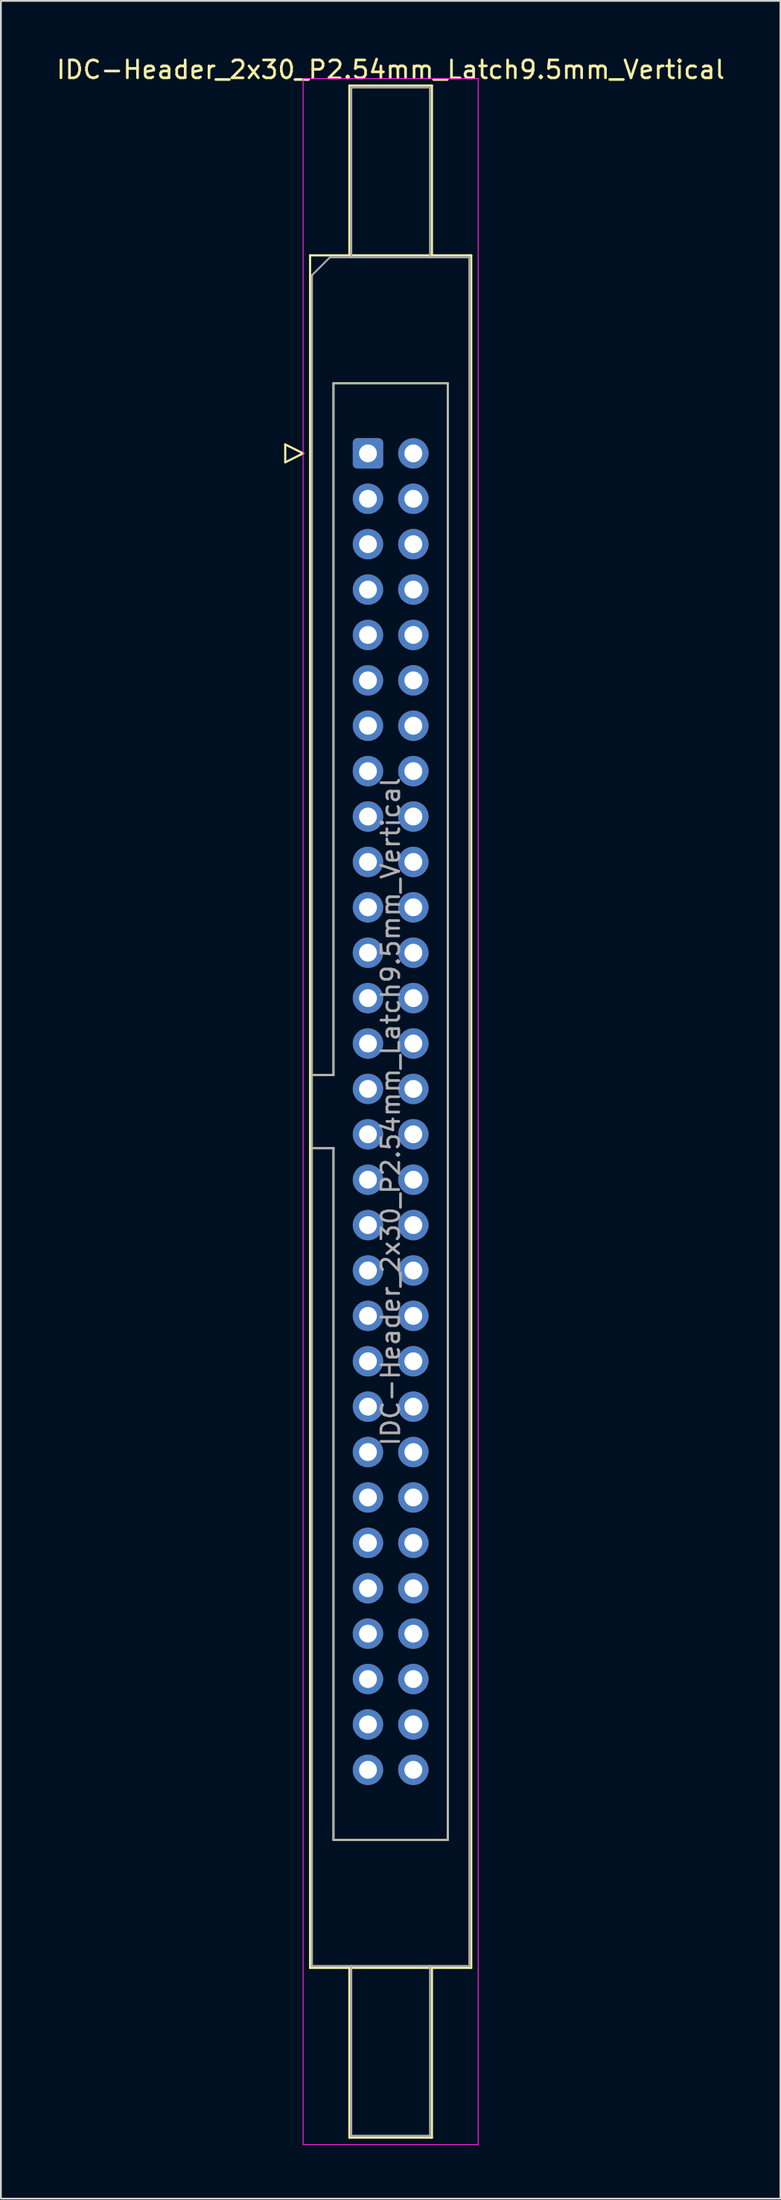
<source format=kicad_pcb>
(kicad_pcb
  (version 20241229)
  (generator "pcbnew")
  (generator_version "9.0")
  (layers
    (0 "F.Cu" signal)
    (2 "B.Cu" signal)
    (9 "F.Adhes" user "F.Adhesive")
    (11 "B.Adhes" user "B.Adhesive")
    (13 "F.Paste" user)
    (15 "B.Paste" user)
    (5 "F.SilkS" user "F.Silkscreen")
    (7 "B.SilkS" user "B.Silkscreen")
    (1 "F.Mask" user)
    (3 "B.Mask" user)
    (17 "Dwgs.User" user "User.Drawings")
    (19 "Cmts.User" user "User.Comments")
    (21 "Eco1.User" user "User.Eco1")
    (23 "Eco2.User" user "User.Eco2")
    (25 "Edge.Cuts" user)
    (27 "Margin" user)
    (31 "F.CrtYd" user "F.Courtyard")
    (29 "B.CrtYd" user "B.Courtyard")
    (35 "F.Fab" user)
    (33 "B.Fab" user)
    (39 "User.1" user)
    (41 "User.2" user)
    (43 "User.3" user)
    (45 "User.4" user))
  (footprint "IDC-Header_2x30_P2.54mm_Latch9.5mm_Vertical"
    (layer "F.Cu")
    (at 17.545 22.318)
    (property "Reference" "IDC-Header_2x30_P2.54mm_Latch9.5mm_Vertical" (at 1.27 -21.47 0) (layer "F.SilkS") (effects (font (size 1 1) (thickness 0.15))))
    (attr through_hole)
    (fp_line (start -4.63 -0.5) (end -4.63 0.5) (stroke (width 0.12) (type solid)) (layer "F.SilkS"))
    (fp_line (start -4.63 0.5) (end -3.63 0) (stroke (width 0.12) (type solid)) (layer "F.SilkS"))
    (fp_line (start -3.63 0) (end -4.63 -0.5) (stroke (width 0.12) (type solid)) (layer "F.SilkS"))
    (fp_line (start -3.24 -11.08) (end 5.78 -11.08) (stroke (width 0.12) (type solid)) (layer "F.SilkS"))
    (fp_line (start -3.24 34.78) (end -1.93 34.78) (stroke (width 0.12) (type solid)) (layer "F.SilkS"))
    (fp_line (start -3.24 84.74) (end -3.24 -11.08) (stroke (width 0.12) (type solid)) (layer "F.SilkS"))
    (fp_line (start -1.93 -3.92) (end 4.47 -3.92) (stroke (width 0.12) (type solid)) (layer "F.SilkS"))
    (fp_line (start -1.93 34.78) (end -1.93 -3.92) (stroke (width 0.12) (type solid)) (layer "F.SilkS"))
    (fp_line (start -1.93 38.88) (end -3.24 38.88) (stroke (width 0.12) (type solid)) (layer "F.SilkS"))
    (fp_line (start -1.93 38.88) (end -1.93 38.88) (stroke (width 0.12) (type solid)) (layer "F.SilkS"))
    (fp_line (start -1.93 77.58) (end -1.93 38.88) (stroke (width 0.12) (type solid)) (layer "F.SilkS"))
    (fp_line (start -1.04 -20.58) (end 3.58 -20.58) (stroke (width 0.12) (type solid)) (layer "F.SilkS"))
    (fp_line (start -1.04 -11.08) (end -1.04 -20.58) (stroke (width 0.12) (type solid)) (layer "F.SilkS"))
    (fp_line (start -1.04 84.74) (end -1.04 94.24) (stroke (width 0.12) (type solid)) (layer "F.SilkS"))
    (fp_line (start -1.04 94.24) (end 3.58 94.24) (stroke (width 0.12) (type solid)) (layer "F.SilkS"))
    (fp_line (start 3.58 -20.58) (end 3.58 -11.08) (stroke (width 0.12) (type solid)) (layer "F.SilkS"))
    (fp_line (start 3.58 94.24) (end 3.58 84.74) (stroke (width 0.12) (type solid)) (layer "F.SilkS"))
    (fp_line (start 4.47 -3.92) (end 4.47 77.58) (stroke (width 0.12) (type solid)) (layer "F.SilkS"))
    (fp_line (start 4.47 77.58) (end -1.93 77.58) (stroke (width 0.12) (type solid)) (layer "F.SilkS"))
    (fp_line (start 5.78 -11.08) (end 5.78 84.74) (stroke (width 0.12) (type solid)) (layer "F.SilkS"))
    (fp_line (start 5.78 84.74) (end -3.24 84.74) (stroke (width 0.12) (type solid)) (layer "F.SilkS"))
    (fp_line (start -3.63 -20.97) (end -3.63 94.63) (stroke (width 0.05) (type solid)) (layer "F.CrtYd"))
    (fp_line (start -3.63 94.63) (end 6.17 94.63) (stroke (width 0.05) (type solid)) (layer "F.CrtYd"))
    (fp_line (start 6.17 -20.97) (end -3.63 -20.97) (stroke (width 0.05) (type solid)) (layer "F.CrtYd"))
    (fp_line (start 6.17 94.63) (end 6.17 -20.97) (stroke (width 0.05) (type solid)) (layer "F.CrtYd"))
    (fp_line (start -3.13 -9.97) (end -2.13 -10.97) (stroke (width 0.1) (type solid)) (layer "F.Fab"))
    (fp_line (start -3.13 34.78) (end -1.93 34.78) (stroke (width 0.1) (type solid)) (layer "F.Fab"))
    (fp_line (start -3.13 84.63) (end -3.13 -9.97) (stroke (width 0.1) (type solid)) (layer "F.Fab"))
    (fp_line (start -2.13 -10.97) (end 5.67 -10.97) (stroke (width 0.1) (type solid)) (layer "F.Fab"))
    (fp_line (start -1.93 -3.92) (end 4.47 -3.92) (stroke (width 0.1) (type solid)) (layer "F.Fab"))
    (fp_line (start -1.93 34.78) (end -1.93 -3.92) (stroke (width 0.1) (type solid)) (layer "F.Fab"))
    (fp_line (start -1.93 38.88) (end -3.13 38.88) (stroke (width 0.1) (type solid)) (layer "F.Fab"))
    (fp_line (start -1.93 38.88) (end -1.93 38.88) (stroke (width 0.1) (type solid)) (layer "F.Fab"))
    (fp_line (start -1.93 77.58) (end -1.93 38.88) (stroke (width 0.1) (type solid)) (layer "F.Fab"))
    (fp_line (start -0.93 -20.47) (end 3.47 -20.47) (stroke (width 0.1) (type solid)) (layer "F.Fab"))
    (fp_line (start -0.93 -10.97) (end -0.93 -20.47) (stroke (width 0.1) (type solid)) (layer "F.Fab"))
    (fp_line (start -0.93 84.63) (end -0.93 94.13) (stroke (width 0.1) (type solid)) (layer "F.Fab"))
    (fp_line (start -0.93 94.13) (end 3.47 94.13) (stroke (width 0.1) (type solid)) (layer "F.Fab"))
    (fp_line (start 3.47 -20.47) (end 3.47 -10.97) (stroke (width 0.1) (type solid)) (layer "F.Fab"))
    (fp_line (start 3.47 94.13) (end 3.47 84.63) (stroke (width 0.1) (type solid)) (layer "F.Fab"))
    (fp_line (start 4.47 -3.92) (end 4.47 77.58) (stroke (width 0.1) (type solid)) (layer "F.Fab"))
    (fp_line (start 4.47 77.58) (end -1.93 77.58) (stroke (width 0.1) (type solid)) (layer "F.Fab"))
    (fp_line (start 5.67 -10.97) (end 5.67 84.63) (stroke (width 0.1) (type solid)) (layer "F.Fab"))
    (fp_line (start 5.67 84.63) (end -3.13 84.63) (stroke (width 0.1) (type solid)) (layer "F.Fab"))
    (fp_text user "${REFERENCE}" (at 1.27 36.83 90) (layer "F.Fab") (effects (font (size 1 1) (thickness 0.15))))
    (pad "1" thru_hole roundrect (at 0 0) (size 1.7 1.7) (drill 1) (layers "*.Cu" "*.Mask") (roundrect_rratio 0.147))
    (pad "2" thru_hole circle (at 2.54 0) (size 1.7 1.7) (drill 1) (layers "*.Cu" "*.Mask"))
    (pad "3" thru_hole circle (at 0 2.54) (size 1.7 1.7) (drill 1) (layers "*.Cu" "*.Mask"))
    (pad "4" thru_hole circle (at 2.54 2.54) (size 1.7 1.7) (drill 1) (layers "*.Cu" "*.Mask"))
    (pad "5" thru_hole circle (at 0 5.08) (size 1.7 1.7) (drill 1) (layers "*.Cu" "*.Mask"))
    (pad "6" thru_hole circle (at 2.54 5.08) (size 1.7 1.7) (drill 1) (layers "*.Cu" "*.Mask"))
    (pad "7" thru_hole circle (at 0 7.62) (size 1.7 1.7) (drill 1) (layers "*.Cu" "*.Mask"))
    (pad "8" thru_hole circle (at 2.54 7.62) (size 1.7 1.7) (drill 1) (layers "*.Cu" "*.Mask"))
    (pad "9" thru_hole circle (at 0 10.16) (size 1.7 1.7) (drill 1) (layers "*.Cu" "*.Mask"))
    (pad "10" thru_hole circle (at 2.54 10.16) (size 1.7 1.7) (drill 1) (layers "*.Cu" "*.Mask"))
    (pad "11" thru_hole circle (at 0 12.7) (size 1.7 1.7) (drill 1) (layers "*.Cu" "*.Mask"))
    (pad "12" thru_hole circle (at 2.54 12.7) (size 1.7 1.7) (drill 1) (layers "*.Cu" "*.Mask"))
    (pad "13" thru_hole circle (at 0 15.24) (size 1.7 1.7) (drill 1) (layers "*.Cu" "*.Mask"))
    (pad "14" thru_hole circle (at 2.54 15.24) (size 1.7 1.7) (drill 1) (layers "*.Cu" "*.Mask"))
    (pad "15" thru_hole circle (at 0 17.78) (size 1.7 1.7) (drill 1) (layers "*.Cu" "*.Mask"))
    (pad "16" thru_hole circle (at 2.54 17.78) (size 1.7 1.7) (drill 1) (layers "*.Cu" "*.Mask"))
    (pad "17" thru_hole circle (at 0 20.32) (size 1.7 1.7) (drill 1) (layers "*.Cu" "*.Mask"))
    (pad "18" thru_hole circle (at 2.54 20.32) (size 1.7 1.7) (drill 1) (layers "*.Cu" "*.Mask"))
    (pad "19" thru_hole circle (at 0 22.86) (size 1.7 1.7) (drill 1) (layers "*.Cu" "*.Mask"))
    (pad "20" thru_hole circle (at 2.54 22.86) (size 1.7 1.7) (drill 1) (layers "*.Cu" "*.Mask"))
    (pad "21" thru_hole circle (at 0 25.4) (size 1.7 1.7) (drill 1) (layers "*.Cu" "*.Mask"))
    (pad "22" thru_hole circle (at 2.54 25.4) (size 1.7 1.7) (drill 1) (layers "*.Cu" "*.Mask"))
    (pad "23" thru_hole circle (at 0 27.94) (size 1.7 1.7) (drill 1) (layers "*.Cu" "*.Mask"))
    (pad "24" thru_hole circle (at 2.54 27.94) (size 1.7 1.7) (drill 1) (layers "*.Cu" "*.Mask"))
    (pad "25" thru_hole circle (at 0 30.48) (size 1.7 1.7) (drill 1) (layers "*.Cu" "*.Mask"))
    (pad "26" thru_hole circle (at 2.54 30.48) (size 1.7 1.7) (drill 1) (layers "*.Cu" "*.Mask"))
    (pad "27" thru_hole circle (at 0 33.02) (size 1.7 1.7) (drill 1) (layers "*.Cu" "*.Mask"))
    (pad "28" thru_hole circle (at 2.54 33.02) (size 1.7 1.7) (drill 1) (layers "*.Cu" "*.Mask"))
    (pad "29" thru_hole circle (at 0 35.56) (size 1.7 1.7) (drill 1) (layers "*.Cu" "*.Mask"))
    (pad "30" thru_hole circle (at 2.54 35.56) (size 1.7 1.7) (drill 1) (layers "*.Cu" "*.Mask"))
    (pad "31" thru_hole circle (at 0 38.1) (size 1.7 1.7) (drill 1) (layers "*.Cu" "*.Mask"))
    (pad "32" thru_hole circle (at 2.54 38.1) (size 1.7 1.7) (drill 1) (layers "*.Cu" "*.Mask"))
    (pad "33" thru_hole circle (at 0 40.64) (size 1.7 1.7) (drill 1) (layers "*.Cu" "*.Mask"))
    (pad "34" thru_hole circle (at 2.54 40.64) (size 1.7 1.7) (drill 1) (layers "*.Cu" "*.Mask"))
    (pad "35" thru_hole circle (at 0 43.18) (size 1.7 1.7) (drill 1) (layers "*.Cu" "*.Mask"))
    (pad "36" thru_hole circle (at 2.54 43.18) (size 1.7 1.7) (drill 1) (layers "*.Cu" "*.Mask"))
    (pad "37" thru_hole circle (at 0 45.72) (size 1.7 1.7) (drill 1) (layers "*.Cu" "*.Mask"))
    (pad "38" thru_hole circle (at 2.54 45.72) (size 1.7 1.7) (drill 1) (layers "*.Cu" "*.Mask"))
    (pad "39" thru_hole circle (at 0 48.26) (size 1.7 1.7) (drill 1) (layers "*.Cu" "*.Mask"))
    (pad "40" thru_hole circle (at 2.54 48.26) (size 1.7 1.7) (drill 1) (layers "*.Cu" "*.Mask"))
    (pad "41" thru_hole circle (at 0 50.8) (size 1.7 1.7) (drill 1) (layers "*.Cu" "*.Mask"))
    (pad "42" thru_hole circle (at 2.54 50.8) (size 1.7 1.7) (drill 1) (layers "*.Cu" "*.Mask"))
    (pad "43" thru_hole circle (at 0 53.34) (size 1.7 1.7) (drill 1) (layers "*.Cu" "*.Mask"))
    (pad "44" thru_hole circle (at 2.54 53.34) (size 1.7 1.7) (drill 1) (layers "*.Cu" "*.Mask"))
    (pad "45" thru_hole circle (at 0 55.88) (size 1.7 1.7) (drill 1) (layers "*.Cu" "*.Mask"))
    (pad "46" thru_hole circle (at 2.54 55.88) (size 1.7 1.7) (drill 1) (layers "*.Cu" "*.Mask"))
    (pad "47" thru_hole circle (at 0 58.42) (size 1.7 1.7) (drill 1) (layers "*.Cu" "*.Mask"))
    (pad "48" thru_hole circle (at 2.54 58.42) (size 1.7 1.7) (drill 1) (layers "*.Cu" "*.Mask"))
    (pad "49" thru_hole circle (at 0 60.96) (size 1.7 1.7) (drill 1) (layers "*.Cu" "*.Mask"))
    (pad "50" thru_hole circle (at 2.54 60.96) (size 1.7 1.7) (drill 1) (layers "*.Cu" "*.Mask"))
    (pad "51" thru_hole circle (at 0 63.5) (size 1.7 1.7) (drill 1) (layers "*.Cu" "*.Mask"))
    (pad "52" thru_hole circle (at 2.54 63.5) (size 1.7 1.7) (drill 1) (layers "*.Cu" "*.Mask"))
    (pad "53" thru_hole circle (at 0 66.04) (size 1.7 1.7) (drill 1) (layers "*.Cu" "*.Mask"))
    (pad "54" thru_hole circle (at 2.54 66.04) (size 1.7 1.7) (drill 1) (layers "*.Cu" "*.Mask"))
    (pad "55" thru_hole circle (at 0 68.58) (size 1.7 1.7) (drill 1) (layers "*.Cu" "*.Mask"))
    (pad "56" thru_hole circle (at 2.54 68.58) (size 1.7 1.7) (drill 1) (layers "*.Cu" "*.Mask"))
    (pad "57" thru_hole circle (at 0 71.12) (size 1.7 1.7) (drill 1) (layers "*.Cu" "*.Mask"))
    (pad "58" thru_hole circle (at 2.54 71.12) (size 1.7 1.7) (drill 1) (layers "*.Cu" "*.Mask"))
    (pad "59" thru_hole circle (at 0 73.66) (size 1.7 1.7) (drill 1) (layers "*.Cu" "*.Mask"))
    (pad "60" thru_hole circle (at 2.54 73.66) (size 1.7 1.7) (drill 1) (layers "*.Cu" "*.Mask")))
  (gr_rect
    (start -3 -3)
    (end 40.631 119.973)
    (stroke (width 0.1) (type default))
    (fill no)
    (layer "Edge.Cuts")))
</source>
